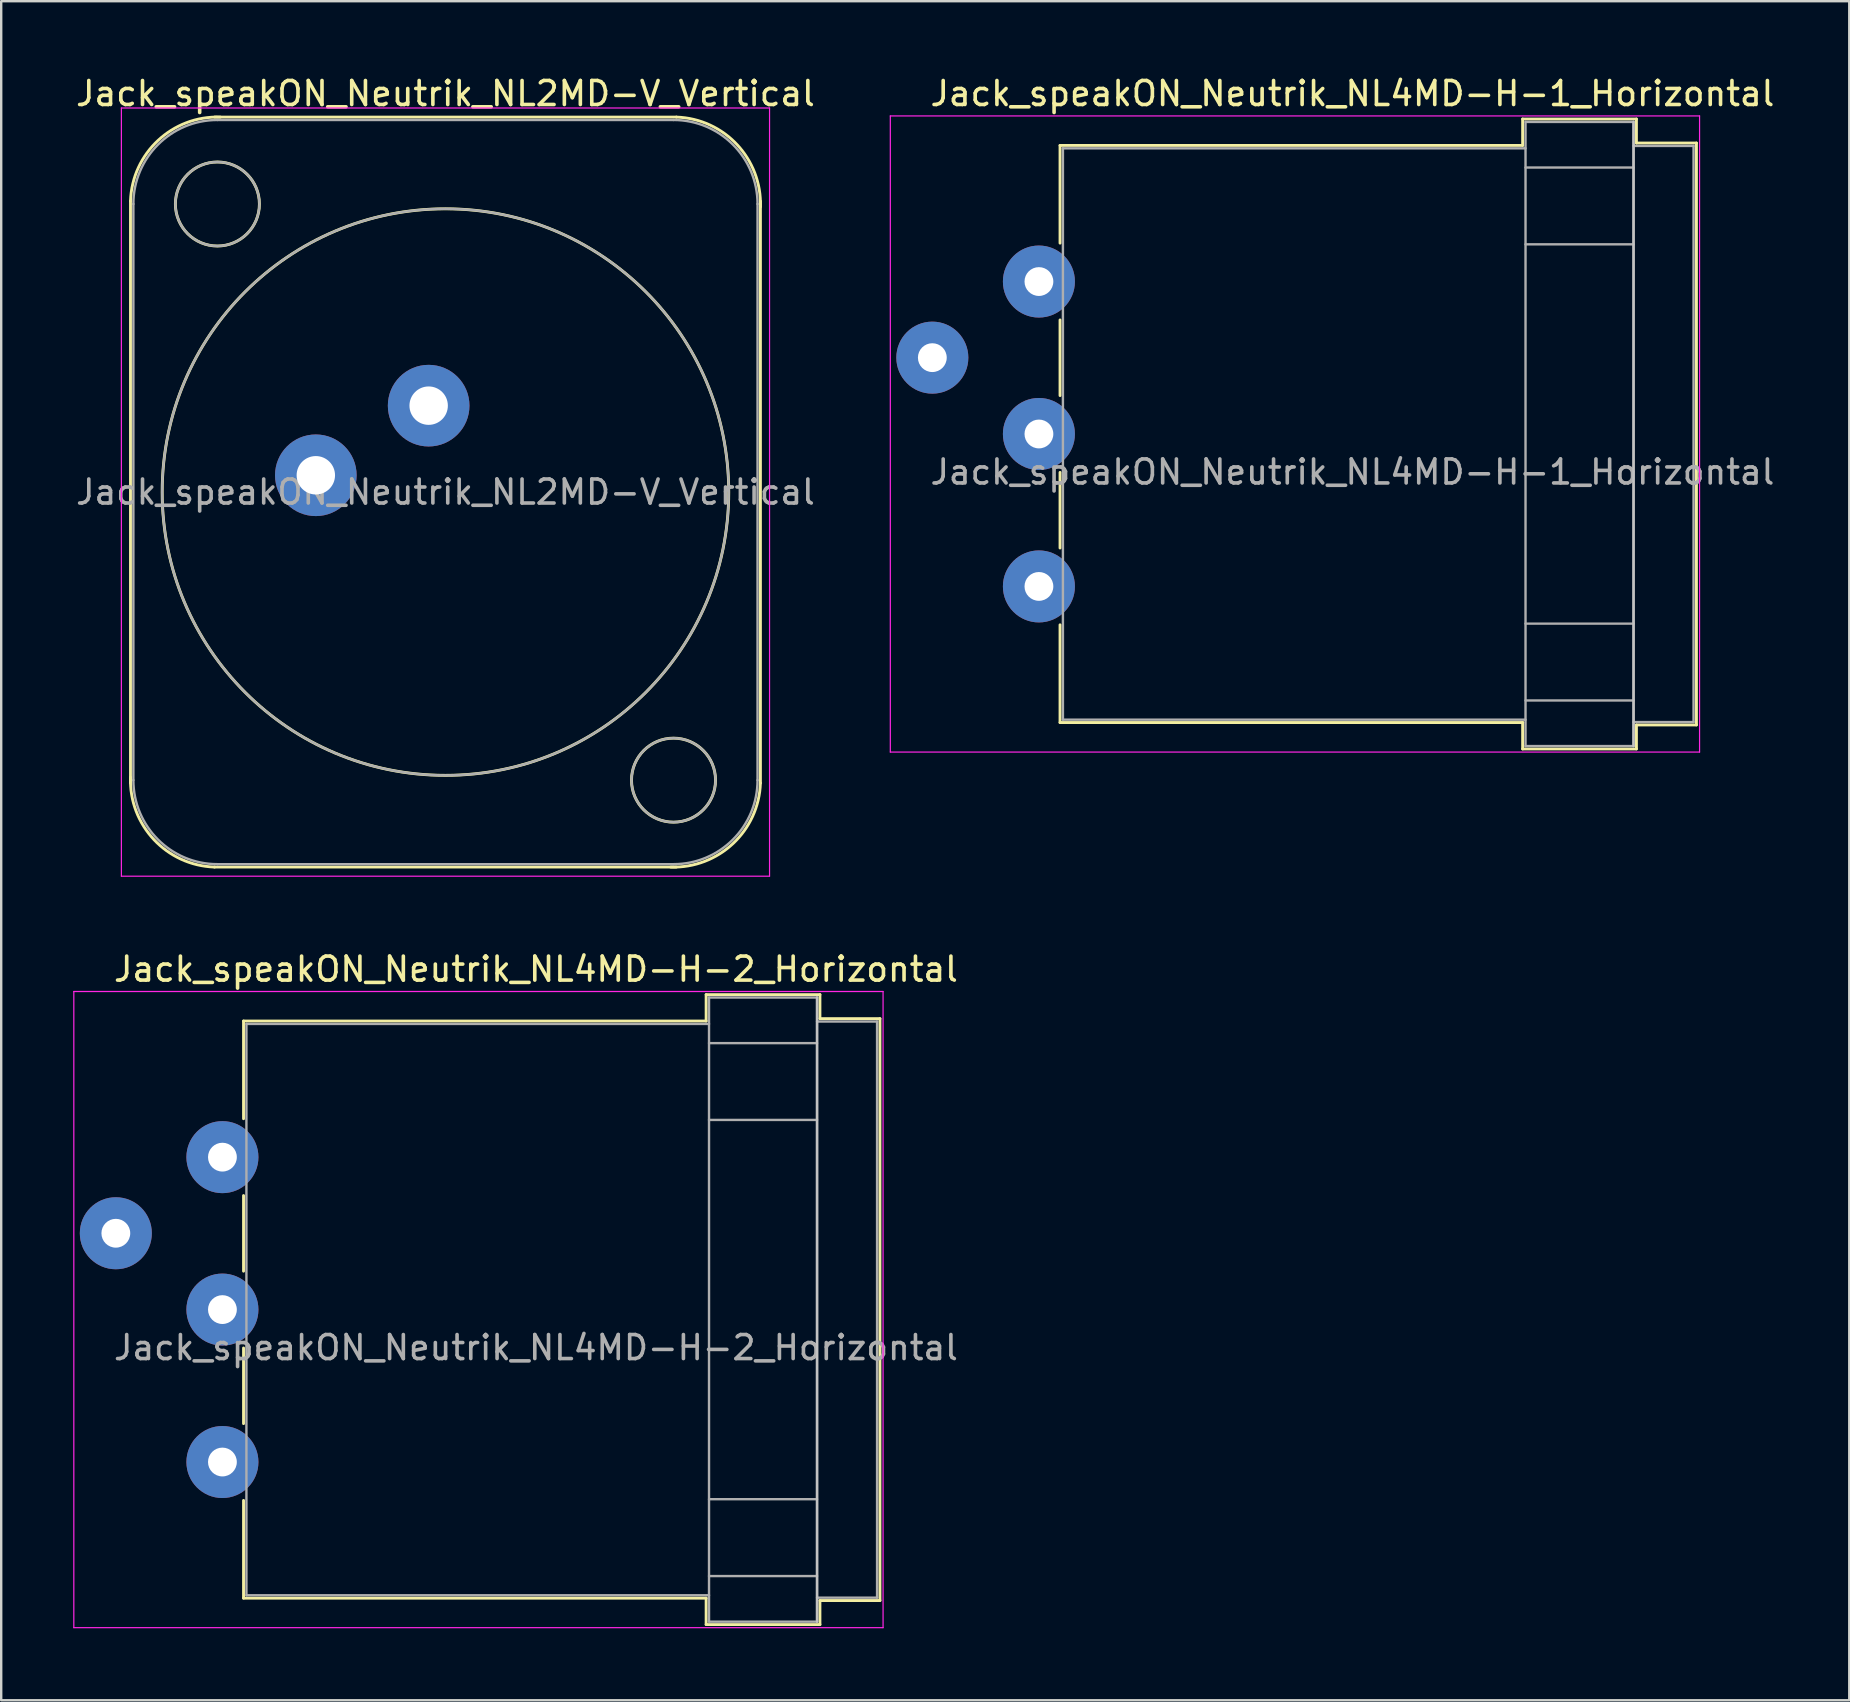
<source format=kicad_pcb>
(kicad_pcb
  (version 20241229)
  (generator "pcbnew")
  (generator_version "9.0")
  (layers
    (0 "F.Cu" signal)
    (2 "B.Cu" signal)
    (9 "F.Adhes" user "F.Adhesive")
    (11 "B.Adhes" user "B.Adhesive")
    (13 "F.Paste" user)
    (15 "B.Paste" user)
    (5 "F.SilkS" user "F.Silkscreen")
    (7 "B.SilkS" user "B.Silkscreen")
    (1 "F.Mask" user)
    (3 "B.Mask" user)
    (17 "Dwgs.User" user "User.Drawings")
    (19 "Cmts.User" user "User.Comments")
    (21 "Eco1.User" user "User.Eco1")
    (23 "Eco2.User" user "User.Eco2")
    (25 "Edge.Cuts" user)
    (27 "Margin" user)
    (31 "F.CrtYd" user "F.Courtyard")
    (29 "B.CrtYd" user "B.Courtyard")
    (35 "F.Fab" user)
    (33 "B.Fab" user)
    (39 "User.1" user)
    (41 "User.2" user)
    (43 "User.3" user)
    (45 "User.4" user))
  (footprint "Jack_speakON_Neutrik_NL4MD-H-2_Horizontal"
    (layer "F.Cu")
    (at 1.775 48.322)
    (property "Reference" "Jack_speakON_Neutrik_NL4MD-H-2_Horizontal" (at 17.5 -11 0) (layer "F.SilkS") (effects (font (size 1 1) (thickness 0.15))))
    (attr through_hole)
    (fp_line (start 5.32 -8.84) (end 24.59 -8.84) (stroke (width 0.12) (type solid)) (layer "F.SilkS"))
    (fp_line (start 5.32 -4.77) (end 5.32 -8.84) (stroke (width 0.12) (type solid)) (layer "F.SilkS"))
    (fp_line (start 5.32 1.58) (end 5.32 -1.57) (stroke (width 0.12) (type solid)) (layer "F.SilkS"))
    (fp_line (start 5.32 7.93) (end 5.32 4.78) (stroke (width 0.12) (type solid)) (layer "F.SilkS"))
    (fp_line (start 5.32 15.2) (end 5.32 11.13) (stroke (width 0.12) (type solid)) (layer "F.SilkS"))
    (fp_line (start 5.32 15.2) (end 24.59 15.2) (stroke (width 0.12) (type solid)) (layer "F.SilkS"))
    (fp_line (start 24.59 -9.94) (end 24.59 -8.84) (stroke (width 0.12) (type solid)) (layer "F.SilkS"))
    (fp_line (start 24.59 -9.94) (end 29.33 -9.94) (stroke (width 0.12) (type solid)) (layer "F.SilkS"))
    (fp_line (start 24.59 16.3) (end 24.59 15.2) (stroke (width 0.12) (type solid)) (layer "F.SilkS"))
    (fp_line (start 24.59 16.3) (end 29.33 16.3) (stroke (width 0.12) (type solid)) (layer "F.SilkS"))
    (fp_line (start 29.33 -9.94) (end 29.33 -8.94) (stroke (width 0.12) (type solid)) (layer "F.SilkS"))
    (fp_line (start 29.33 16.3) (end 29.33 15.3) (stroke (width 0.12) (type solid)) (layer "F.SilkS"))
    (fp_line (start 31.83 -8.94) (end 29.33 -8.94) (stroke (width 0.12) (type solid)) (layer "F.SilkS"))
    (fp_line (start 31.83 15.3) (end 29.33 15.3) (stroke (width 0.12) (type solid)) (layer "F.SilkS"))
    (fp_line (start 31.83 15.3) (end 31.83 -8.94) (stroke (width 0.12) (type solid)) (layer "F.SilkS"))
    (fp_line (start 29.21 16.18) (end 29.21 -9.82) (stroke (width 0.1) (type solid)) (layer "Dwgs.User"))
    (fp_line (start -1.75 16.43) (end -1.75 -10.07) (stroke (width 0.05) (type solid)) (layer "F.CrtYd"))
    (fp_line (start -1.75 16.43) (end 31.96 16.43) (stroke (width 0.05) (type solid)) (layer "F.CrtYd"))
    (fp_line (start 31.96 -10.07) (end -1.75 -10.07) (stroke (width 0.05) (type solid)) (layer "F.CrtYd"))
    (fp_line (start 31.96 -10.07) (end 31.96 16.43) (stroke (width 0.05) (type solid)) (layer "F.CrtYd"))
    (fp_line (start 5.44 -8.72) (end 24.71 -8.72) (stroke (width 0.1) (type solid)) (layer "F.Fab"))
    (fp_line (start 5.44 15.08) (end 5.44 -8.72) (stroke (width 0.1) (type solid)) (layer "F.Fab"))
    (fp_line (start 5.44 15.08) (end 24.71 15.08) (stroke (width 0.1) (type solid)) (layer "F.Fab"))
    (fp_line (start 24.71 -9.82) (end 29.21 -9.82) (stroke (width 0.1) (type solid)) (layer "F.Fab"))
    (fp_line (start 24.71 -7.92) (end 29.21 -7.92) (stroke (width 0.1) (type solid)) (layer "F.Fab"))
    (fp_line (start 24.71 -4.72) (end 29.21 -4.72) (stroke (width 0.1) (type solid)) (layer "F.Fab"))
    (fp_line (start 24.71 11.08) (end 29.21 11.08) (stroke (width 0.1) (type solid)) (layer "F.Fab"))
    (fp_line (start 24.71 14.28) (end 29.21 14.28) (stroke (width 0.1) (type solid)) (layer "F.Fab"))
    (fp_line (start 24.71 16.18) (end 24.71 -9.82) (stroke (width 0.1) (type solid)) (layer "F.Fab"))
    (fp_line (start 24.71 16.18) (end 29.21 16.18) (stroke (width 0.1) (type solid)) (layer "F.Fab"))
    (fp_line (start 29.21 16.18) (end 29.21 -9.82) (stroke (width 0.1) (type solid)) (layer "F.Fab"))
    (fp_line (start 31.71 -8.82) (end 29.21 -8.82) (stroke (width 0.1) (type solid)) (layer "F.Fab"))
    (fp_line (start 31.71 15.18) (end 29.21 15.18) (stroke (width 0.1) (type solid)) (layer "F.Fab"))
    (fp_line (start 31.71 15.18) (end 31.71 -8.82) (stroke (width 0.1) (type solid)) (layer "F.Fab"))
    (fp_text user "${REFERENCE}" (at 17.5 4.765 0) (layer "F.Fab") (effects (font (size 1 1) (thickness 0.15))))
    (pad "1+" thru_hole circle (at 0 0) (size 3 3) (drill 1.2) (layers "*.Cu" "*.Mask"))
    (pad "1-" thru_hole circle (at 4.44 9.53) (size 3 3) (drill 1.2) (layers "*.Cu" "*.Mask"))
    (pad "2+" thru_hole circle (at 4.44 3.18) (size 3 3) (drill 1.2) (layers "*.Cu" "*.Mask"))
    (pad "2-" thru_hole circle (at 4.44 -3.17) (size 3 3) (drill 1.2) (layers "*.Cu" "*.Mask")))
  (footprint "Jack_speakON_Neutrik_NL4MD-H-1_Horizontal"
    (layer "F.Cu")
    (at 35.787 11.848)
    (property "Reference" "Jack_speakON_Neutrik_NL4MD-H-1_Horizontal" (at 17.5 -11 0) (layer "F.SilkS") (effects (font (size 1 1) (thickness 0.15))))
    (attr through_hole)
    (fp_line (start 5.32 -8.84) (end 24.59 -8.84) (stroke (width 0.12) (type solid)) (layer "F.SilkS"))
    (fp_line (start 5.32 -4.77) (end 5.32 -8.84) (stroke (width 0.12) (type solid)) (layer "F.SilkS"))
    (fp_line (start 5.32 1.58) (end 5.32 -1.57) (stroke (width 0.12) (type solid)) (layer "F.SilkS"))
    (fp_line (start 5.32 7.93) (end 5.32 4.78) (stroke (width 0.12) (type solid)) (layer "F.SilkS"))
    (fp_line (start 5.32 15.2) (end 5.32 11.13) (stroke (width 0.12) (type solid)) (layer "F.SilkS"))
    (fp_line (start 5.32 15.2) (end 24.6 15.2) (stroke (width 0.12) (type solid)) (layer "F.SilkS"))
    (fp_line (start 24.59 -9.94) (end 24.59 -8.84) (stroke (width 0.12) (type solid)) (layer "F.SilkS"))
    (fp_line (start 24.59 -9.94) (end 29.33 -9.94) (stroke (width 0.12) (type solid)) (layer "F.SilkS"))
    (fp_line (start 24.59 16.3) (end 24.59 15.2) (stroke (width 0.12) (type solid)) (layer "F.SilkS"))
    (fp_line (start 24.59 16.3) (end 29.33 16.3) (stroke (width 0.12) (type solid)) (layer "F.SilkS"))
    (fp_line (start 29.33 -9.94) (end 29.33 -8.94) (stroke (width 0.12) (type solid)) (layer "F.SilkS"))
    (fp_line (start 29.33 16.3) (end 29.33 15.3) (stroke (width 0.12) (type solid)) (layer "F.SilkS"))
    (fp_line (start 31.83 -8.94) (end 29.33 -8.94) (stroke (width 0.12) (type solid)) (layer "F.SilkS"))
    (fp_line (start 31.83 15.3) (end 29.33 15.3) (stroke (width 0.12) (type solid)) (layer "F.SilkS"))
    (fp_line (start 31.83 15.3) (end 31.83 -8.94) (stroke (width 0.12) (type solid)) (layer "F.SilkS"))
    (fp_line (start 29.21 16.18) (end 29.21 -9.82) (stroke (width 0.1) (type solid)) (layer "Dwgs.User"))
    (fp_line (start -1.75 16.43) (end -1.75 -10.07) (stroke (width 0.05) (type solid)) (layer "F.CrtYd"))
    (fp_line (start -1.75 16.43) (end 31.96 16.43) (stroke (width 0.05) (type solid)) (layer "F.CrtYd"))
    (fp_line (start 31.96 -10.07) (end -1.75 -10.07) (stroke (width 0.05) (type solid)) (layer "F.CrtYd"))
    (fp_line (start 31.96 -10.07) (end 31.96 16.43) (stroke (width 0.05) (type solid)) (layer "F.CrtYd"))
    (fp_line (start 5.44 -8.72) (end 24.71 -8.72) (stroke (width 0.1) (type solid)) (layer "F.Fab"))
    (fp_line (start 5.44 15.08) (end 5.44 -8.72) (stroke (width 0.1) (type solid)) (layer "F.Fab"))
    (fp_line (start 5.44 15.08) (end 24.71 15.08) (stroke (width 0.1) (type solid)) (layer "F.Fab"))
    (fp_line (start 24.71 -9.82) (end 29.21 -9.82) (stroke (width 0.1) (type solid)) (layer "F.Fab"))
    (fp_line (start 24.71 -7.92) (end 29.21 -7.92) (stroke (width 0.1) (type solid)) (layer "F.Fab"))
    (fp_line (start 24.71 -4.72) (end 29.21 -4.72) (stroke (width 0.1) (type solid)) (layer "F.Fab"))
    (fp_line (start 24.71 11.08) (end 29.21 11.08) (stroke (width 0.1) (type solid)) (layer "F.Fab"))
    (fp_line (start 24.71 14.28) (end 29.21 14.28) (stroke (width 0.1) (type solid)) (layer "F.Fab"))
    (fp_line (start 24.71 16.18) (end 24.71 -9.82) (stroke (width 0.1) (type solid)) (layer "F.Fab"))
    (fp_line (start 24.71 16.18) (end 29.21 16.18) (stroke (width 0.1) (type solid)) (layer "F.Fab"))
    (fp_line (start 29.21 16.18) (end 29.21 -9.82) (stroke (width 0.1) (type solid)) (layer "F.Fab"))
    (fp_line (start 31.71 -8.82) (end 29.21 -8.82) (stroke (width 0.1) (type solid)) (layer "F.Fab"))
    (fp_line (start 31.71 15.18) (end 29.21 15.18) (stroke (width 0.1) (type solid)) (layer "F.Fab"))
    (fp_line (start 31.71 15.18) (end 31.71 -8.82) (stroke (width 0.1) (type solid)) (layer "F.Fab"))
    (fp_text user "${REFERENCE}" (at 17.5 4.765 0) (layer "F.Fab") (effects (font (size 1 1) (thickness 0.15))))
    (pad "1+" thru_hole circle (at 0 0) (size 3 3) (drill 1.2) (layers "*.Cu" "*.Mask"))
    (pad "1-" thru_hole circle (at 4.44 9.53) (size 3 3) (drill 1.2) (layers "*.Cu" "*.Mask"))
    (pad "2+" thru_hole circle (at 4.44 3.18) (size 3 3) (drill 1.2) (layers "*.Cu" "*.Mask"))
    (pad "2-" thru_hole circle (at 4.44 -3.17) (size 3 3) (drill 1.2) (layers "*.Cu" "*.Mask")))
  (footprint "Jack_speakON_Neutrik_NL2MD-V_Vertical"
    (layer "F.Cu")
    (at 14.806 13.848)
    (property "Reference" "Jack_speakON_Neutrik_NL2MD-V_Vertical" (at 0.7 -13 0) (layer "F.SilkS") (effects (font (size 1 1) (thickness 0.15))))
    (attr through_hole)
    (fp_line (start -12.42 15.72) (end -12.42 -8.52) (stroke (width 0.12) (type solid)) (layer "F.SilkS"))
    (fp_line (start -8.92 -12.02) (end 10.32 -12.02) (stroke (width 0.12) (type solid)) (layer "F.SilkS"))
    (fp_line (start -8.92 19.22) (end 10.32 19.22) (stroke (width 0.12) (type solid)) (layer "F.SilkS"))
    (fp_line (start 13.82 15.72) (end 13.82 -8.52) (stroke (width 0.12) (type solid)) (layer "F.SilkS"))
    (fp_arc (start -12.42 -8.52) (mid -11.274874 -11.044579) (end -8.68 -12.02) (stroke (width 0.12) (type solid)) (layer "F.SilkS"))
    (fp_arc (start -8.92 19.22) (mid -11.444579 18.074874) (end -12.42 15.48) (stroke (width 0.12) (type solid)) (layer "F.SilkS"))
    (fp_arc (start 10.32 -12.02) (mid 12.844579 -10.874874) (end 13.82 -8.28) (stroke (width 0.12) (type solid)) (layer "F.SilkS"))
    (fp_arc (start 13.82 15.72) (mid 12.674874 18.244579) (end 10.08 19.22) (stroke (width 0.12) (type solid)) (layer "F.SilkS"))
    (fp_circle (center -8.8 -8.4) (end -7.05 -8.4) (stroke (width 0.12) (type solid)) (fill no) (layer "F.SilkS"))
    (fp_circle (center 0.7 3.6) (end 12.5 3.6) (stroke (width 0.12) (type solid)) (fill no) (layer "F.SilkS"))
    (fp_circle (center 10.2 15.6) (end 11.95 15.6) (stroke (width 0.12) (type solid)) (fill no) (layer "F.SilkS"))
    (fp_line (start -12.8 -12.4) (end 14.2 -12.4) (stroke (width 0.05) (type solid)) (layer "F.CrtYd"))
    (fp_line (start -12.8 19.6) (end -12.8 -12.4) (stroke (width 0.05) (type solid)) (layer "F.CrtYd"))
    (fp_line (start -12.8 19.6) (end 14.2 19.6) (stroke (width 0.05) (type solid)) (layer "F.CrtYd"))
    (fp_line (start 14.2 19.6) (end 14.2 -12.4) (stroke (width 0.05) (type solid)) (layer "F.CrtYd"))
    (fp_line (start -12.3 15.6) (end -12.3 -8.4) (stroke (width 0.1) (type solid)) (layer "F.Fab"))
    (fp_line (start -8.8 -11.9) (end 10.2 -11.9) (stroke (width 0.1) (type solid)) (layer "F.Fab"))
    (fp_line (start -8.8 19.1) (end 10.2 19.1) (stroke (width 0.1) (type solid)) (layer "F.Fab"))
    (fp_line (start 13.7 15.6) (end 13.7 -8.4) (stroke (width 0.1) (type solid)) (layer "F.Fab"))
    (fp_arc (start -12.3 -8.4) (mid -11.274874 -10.874874) (end -8.8 -11.9) (stroke (width 0.1) (type solid)) (layer "F.Fab"))
    (fp_arc (start -8.8 19.1) (mid -11.274874 18.074874) (end -12.3 15.6) (stroke (width 0.1) (type solid)) (layer "F.Fab"))
    (fp_arc (start 10.2 -11.9) (mid 12.674874 -10.874874) (end 13.7 -8.4) (stroke (width 0.1) (type solid)) (layer "F.Fab"))
    (fp_arc (start 13.7 15.6) (mid 12.674874 18.074874) (end 10.2 19.1) (stroke (width 0.1) (type solid)) (layer "F.Fab"))
    (fp_circle (center -8.8 -8.4) (end -7.05 -8.4) (stroke (width 0.1) (type solid)) (fill no) (layer "F.Fab"))
    (fp_circle (center 0.7 3.6) (end 12.5 3.6) (stroke (width 0.1) (type solid)) (fill no) (layer "F.Fab"))
    (fp_circle (center 10.2 15.6) (end 8.45 15.6) (stroke (width 0.1) (type solid)) (fill no) (layer "F.Fab"))
    (fp_text user "${REFERENCE}" (at 0.7 3.6 0) (layer "F.Fab") (effects (font (size 1 1) (thickness 0.15))))
    (pad "1+" thru_hole circle (at 0 0) (size 3.4 3.4) (drill 1.6) (layers "*.Cu" "*.Mask"))
    (pad "1-" thru_hole circle (at -4.7 2.9) (size 3.4 3.4) (drill 1.6) (layers "*.Cu" "*.Mask")))
  (gr_rect
    (start -3 -3)
    (end 73.983 67.776)
    (stroke (width 0.1) (type default))
    (fill no)
    (layer "Edge.Cuts")))
</source>
